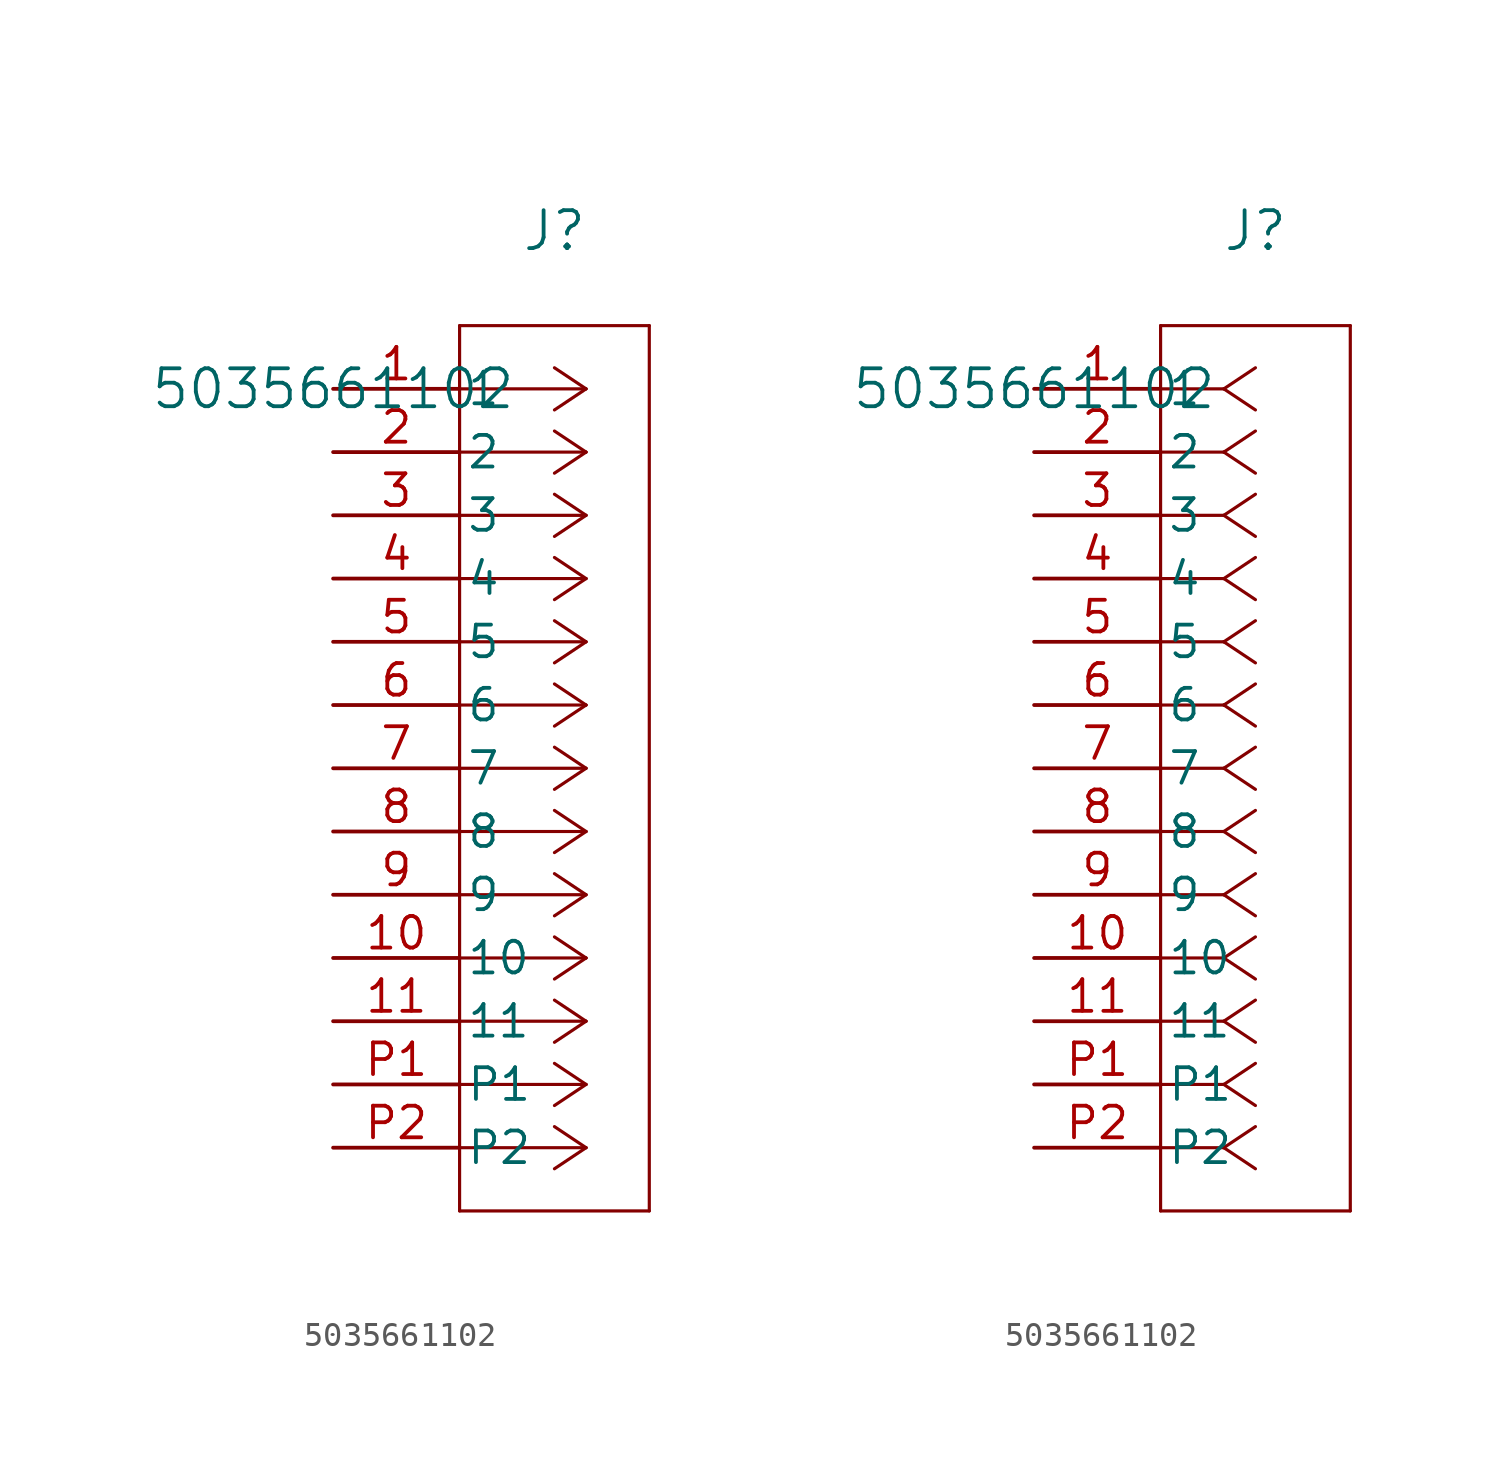
<source format=kicad_sym>
(kicad_symbol_lib
  (version 20211014)
  (generator kicad_symbol_editor)
  (symbol "5035661102"
    (pin_names
      (offset 0.254))
    (property "Reference" "J"
      (at 8.89 6.35 0)
      (effects (font (size 1.524 1.524))))
    (property "Value" "5035661102"
      (at 0 0 0)
      (effects (font (size 1.524 1.524))))
    (symbol "5035661102_1_1"
      (polyline (pts (xy 10.16 0) (xy 5.08 0)) (stroke (width 0.127) (type default) (color 0 0 0 0)) (fill (type none)))
      (polyline (pts (xy 10.16 -2.54) (xy 5.08 -2.54)) (stroke (width 0.127) (type default) (color 0 0 0 0)) (fill (type none)))
      (polyline (pts (xy 10.16 -5.08) (xy 5.08 -5.08)) (stroke (width 0.127) (type default) (color 0 0 0 0)) (fill (type none)))
      (polyline (pts (xy 10.16 -7.62) (xy 5.08 -7.62)) (stroke (width 0.127) (type default) (color 0 0 0 0)) (fill (type none)))
      (polyline (pts (xy 10.16 -10.16) (xy 5.08 -10.16)) (stroke (width 0.127) (type default) (color 0 0 0 0)) (fill (type none)))
      (polyline (pts (xy 10.16 -12.7) (xy 5.08 -12.7)) (stroke (width 0.127) (type default) (color 0 0 0 0)) (fill (type none)))
      (polyline (pts (xy 10.16 -15.24) (xy 5.08 -15.24)) (stroke (width 0.127) (type default) (color 0 0 0 0)) (fill (type none)))
      (polyline (pts (xy 10.16 -17.78) (xy 5.08 -17.78)) (stroke (width 0.127) (type default) (color 0 0 0 0)) (fill (type none)))
      (polyline (pts (xy 10.16 -20.32) (xy 5.08 -20.32)) (stroke (width 0.127) (type default) (color 0 0 0 0)) (fill (type none)))
      (polyline (pts (xy 10.16 -22.86) (xy 5.08 -22.86)) (stroke (width 0.127) (type default) (color 0 0 0 0)) (fill (type none)))
      (polyline (pts (xy 10.16 -25.4) (xy 5.08 -25.4)) (stroke (width 0.127) (type default) (color 0 0 0 0)) (fill (type none)))
      (polyline (pts (xy 10.16 -27.94) (xy 5.08 -27.94)) (stroke (width 0.127) (type default) (color 0 0 0 0)) (fill (type none)))
      (polyline (pts (xy 10.16 -30.48) (xy 5.08 -30.48)) (stroke (width 0.127) (type default) (color 0 0 0 0)) (fill (type none)))
      (polyline (pts (xy 10.16 0) (xy 8.89 0.847)) (stroke (width 0.127) (type default) (color 0 0 0 0)) (fill (type none)))
      (polyline (pts (xy 10.16 -2.54) (xy 8.89 -1.693)) (stroke (width 0.127) (type default) (color 0 0 0 0)) (fill (type none)))
      (polyline (pts (xy 10.16 -5.08) (xy 8.89 -4.233)) (stroke (width 0.127) (type default) (color 0 0 0 0)) (fill (type none)))
      (polyline (pts (xy 10.16 -7.62) (xy 8.89 -6.773)) (stroke (width 0.127) (type default) (color 0 0 0 0)) (fill (type none)))
      (polyline (pts (xy 10.16 -10.16) (xy 8.89 -9.313)) (stroke (width 0.127) (type default) (color 0 0 0 0)) (fill (type none)))
      (polyline (pts (xy 10.16 -12.7) (xy 8.89 -11.853)) (stroke (width 0.127) (type default) (color 0 0 0 0)) (fill (type none)))
      (polyline (pts (xy 10.16 -15.24) (xy 8.89 -14.393)) (stroke (width 0.127) (type default) (color 0 0 0 0)) (fill (type none)))
      (polyline (pts (xy 10.16 -17.78) (xy 8.89 -16.933)) (stroke (width 0.127) (type default) (color 0 0 0 0)) (fill (type none)))
      (polyline (pts (xy 10.16 -20.32) (xy 8.89 -19.473)) (stroke (width 0.127) (type default) (color 0 0 0 0)) (fill (type none)))
      (polyline (pts (xy 10.16 -22.86) (xy 8.89 -22.013)) (stroke (width 0.127) (type default) (color 0 0 0 0)) (fill (type none)))
      (polyline (pts (xy 10.16 -25.4) (xy 8.89 -24.553)) (stroke (width 0.127) (type default) (color 0 0 0 0)) (fill (type none)))
      (polyline (pts (xy 10.16 -27.94) (xy 8.89 -27.093)) (stroke (width 0.127) (type default) (color 0 0 0 0)) (fill (type none)))
      (polyline (pts (xy 10.16 -30.48) (xy 8.89 -29.633)) (stroke (width 0.127) (type default) (color 0 0 0 0)) (fill (type none)))
      (polyline (pts (xy 10.16 0) (xy 8.89 -0.847)) (stroke (width 0.127) (type default) (color 0 0 0 0)) (fill (type none)))
      (polyline (pts (xy 10.16 -2.54) (xy 8.89 -3.387)) (stroke (width 0.127) (type default) (color 0 0 0 0)) (fill (type none)))
      (polyline (pts (xy 10.16 -5.08) (xy 8.89 -5.927)) (stroke (width 0.127) (type default) (color 0 0 0 0)) (fill (type none)))
      (polyline (pts (xy 10.16 -7.62) (xy 8.89 -8.467)) (stroke (width 0.127) (type default) (color 0 0 0 0)) (fill (type none)))
      (polyline (pts (xy 10.16 -10.16) (xy 8.89 -11.007)) (stroke (width 0.127) (type default) (color 0 0 0 0)) (fill (type none)))
      (polyline (pts (xy 10.16 -12.7) (xy 8.89 -13.547)) (stroke (width 0.127) (type default) (color 0 0 0 0)) (fill (type none)))
      (polyline (pts (xy 10.16 -15.24) (xy 8.89 -16.087)) (stroke (width 0.127) (type default) (color 0 0 0 0)) (fill (type none)))
      (polyline (pts (xy 10.16 -17.78) (xy 8.89 -18.627)) (stroke (width 0.127) (type default) (color 0 0 0 0)) (fill (type none)))
      (polyline (pts (xy 10.16 -20.32) (xy 8.89 -21.167)) (stroke (width 0.127) (type default) (color 0 0 0 0)) (fill (type none)))
      (polyline (pts (xy 10.16 -22.86) (xy 8.89 -23.707)) (stroke (width 0.127) (type default) (color 0 0 0 0)) (fill (type none)))
      (polyline (pts (xy 10.16 -25.4) (xy 8.89 -26.247)) (stroke (width 0.127) (type default) (color 0 0 0 0)) (fill (type none)))
      (polyline (pts (xy 10.16 -27.94) (xy 8.89 -28.787)) (stroke (width 0.127) (type default) (color 0 0 0 0)) (fill (type none)))
      (polyline (pts (xy 10.16 -30.48) (xy 8.89 -31.327)) (stroke (width 0.127) (type default) (color 0 0 0 0)) (fill (type none)))
      (polyline (pts (xy 5.08 2.54) (xy 5.08 -33.02)) (stroke (width 0.127) (type default) (color 0 0 0 0)) (fill (type none)))
      (polyline (pts (xy 5.08 -33.02) (xy 12.7 -33.02)) (stroke (width 0.127) (type default) (color 0 0 0 0)) (fill (type none)))
      (polyline (pts (xy 12.7 -33.02) (xy 12.7 2.54)) (stroke (width 0.127) (type default) (color 0 0 0 0)) (fill (type none)))
      (polyline (pts (xy 12.7 2.54) (xy 5.08 2.54)) (stroke (width 0.127) (type default) (color 0 0 0 0)) (fill (type none)))
      (pin unspecified line (at 0 0 0) (length 5.08) (name "1" (effects (font (size 1.27 1.27)))) (number "1" (effects (font (size 1.27 1.27)))))
      (pin unspecified line (at 0 -2.54 0) (length 5.08) (name "2" (effects (font (size 1.27 1.27)))) (number "2" (effects (font (size 1.27 1.27)))))
      (pin unspecified line (at 0 -5.08 0) (length 5.08) (name "3" (effects (font (size 1.27 1.27)))) (number "3" (effects (font (size 1.27 1.27)))))
      (pin unspecified line (at 0 -7.62 0) (length 5.08) (name "4" (effects (font (size 1.27 1.27)))) (number "4" (effects (font (size 1.27 1.27)))))
      (pin unspecified line (at 0 -10.16 0) (length 5.08) (name "5" (effects (font (size 1.27 1.27)))) (number "5" (effects (font (size 1.27 1.27)))))
      (pin unspecified line (at 0 -12.7 0) (length 5.08) (name "6" (effects (font (size 1.27 1.27)))) (number "6" (effects (font (size 1.27 1.27)))))
      (pin unspecified line (at 0 -15.24 0) (length 5.08) (name "7" (effects (font (size 1.27 1.27)))) (number "7" (effects (font (size 1.27 1.27)))))
      (pin unspecified line (at 0 -17.78 0) (length 5.08) (name "8" (effects (font (size 1.27 1.27)))) (number "8" (effects (font (size 1.27 1.27)))))
      (pin unspecified line (at 0 -20.32 0) (length 5.08) (name "9" (effects (font (size 1.27 1.27)))) (number "9" (effects (font (size 1.27 1.27)))))
      (pin unspecified line (at 0 -22.86 0) (length 5.08) (name "10" (effects (font (size 1.27 1.27)))) (number "10" (effects (font (size 1.27 1.27)))))
      (pin unspecified line (at 0 -25.4 0) (length 5.08) (name "11" (effects (font (size 1.27 1.27)))) (number "11" (effects (font (size 1.27 1.27)))))
      (pin unspecified line (at 0 -27.94 0) (length 5.08) (name "P1" (effects (font (size 1.27 1.27)))) (number "P1" (effects (font (size 1.27 1.27)))))
      (pin unspecified line (at 0 -30.48 0) (length 5.08) (name "P2" (effects (font (size 1.27 1.27)))) (number "P2" (effects (font (size 1.27 1.27))))))
    (symbol "5035661102_1_2"
      (polyline (pts (xy 7.62 0) (xy 5.08 0)) (stroke (width 0.127) (type default) (color 0 0 0 0)) (fill (type none)))
      (polyline (pts (xy 7.62 -2.54) (xy 5.08 -2.54)) (stroke (width 0.127) (type default) (color 0 0 0 0)) (fill (type none)))
      (polyline (pts (xy 7.62 -5.08) (xy 5.08 -5.08)) (stroke (width 0.127) (type default) (color 0 0 0 0)) (fill (type none)))
      (polyline (pts (xy 7.62 -7.62) (xy 5.08 -7.62)) (stroke (width 0.127) (type default) (color 0 0 0 0)) (fill (type none)))
      (polyline (pts (xy 7.62 -10.16) (xy 5.08 -10.16)) (stroke (width 0.127) (type default) (color 0 0 0 0)) (fill (type none)))
      (polyline (pts (xy 7.62 -12.7) (xy 5.08 -12.7)) (stroke (width 0.127) (type default) (color 0 0 0 0)) (fill (type none)))
      (polyline (pts (xy 7.62 -15.24) (xy 5.08 -15.24)) (stroke (width 0.127) (type default) (color 0 0 0 0)) (fill (type none)))
      (polyline (pts (xy 7.62 -17.78) (xy 5.08 -17.78)) (stroke (width 0.127) (type default) (color 0 0 0 0)) (fill (type none)))
      (polyline (pts (xy 7.62 -20.32) (xy 5.08 -20.32)) (stroke (width 0.127) (type default) (color 0 0 0 0)) (fill (type none)))
      (polyline (pts (xy 7.62 -22.86) (xy 5.08 -22.86)) (stroke (width 0.127) (type default) (color 0 0 0 0)) (fill (type none)))
      (polyline (pts (xy 7.62 -25.4) (xy 5.08 -25.4)) (stroke (width 0.127) (type default) (color 0 0 0 0)) (fill (type none)))
      (polyline (pts (xy 7.62 -27.94) (xy 5.08 -27.94)) (stroke (width 0.127) (type default) (color 0 0 0 0)) (fill (type none)))
      (polyline (pts (xy 7.62 -30.48) (xy 5.08 -30.48)) (stroke (width 0.127) (type default) (color 0 0 0 0)) (fill (type none)))
      (polyline (pts (xy 7.62 0) (xy 8.89 0.847)) (stroke (width 0.127) (type default) (color 0 0 0 0)) (fill (type none)))
      (polyline (pts (xy 7.62 -2.54) (xy 8.89 -1.693)) (stroke (width 0.127) (type default) (color 0 0 0 0)) (fill (type none)))
      (polyline (pts (xy 7.62 -5.08) (xy 8.89 -4.233)) (stroke (width 0.127) (type default) (color 0 0 0 0)) (fill (type none)))
      (polyline (pts (xy 7.62 -7.62) (xy 8.89 -6.773)) (stroke (width 0.127) (type default) (color 0 0 0 0)) (fill (type none)))
      (polyline (pts (xy 7.62 -10.16) (xy 8.89 -9.313)) (stroke (width 0.127) (type default) (color 0 0 0 0)) (fill (type none)))
      (polyline (pts (xy 7.62 -12.7) (xy 8.89 -11.853)) (stroke (width 0.127) (type default) (color 0 0 0 0)) (fill (type none)))
      (polyline (pts (xy 7.62 -15.24) (xy 8.89 -14.393)) (stroke (width 0.127) (type default) (color 0 0 0 0)) (fill (type none)))
      (polyline (pts (xy 7.62 -17.78) (xy 8.89 -16.933)) (stroke (width 0.127) (type default) (color 0 0 0 0)) (fill (type none)))
      (polyline (pts (xy 7.62 -20.32) (xy 8.89 -19.473)) (stroke (width 0.127) (type default) (color 0 0 0 0)) (fill (type none)))
      (polyline (pts (xy 7.62 -22.86) (xy 8.89 -22.013)) (stroke (width 0.127) (type default) (color 0 0 0 0)) (fill (type none)))
      (polyline (pts (xy 7.62 -25.4) (xy 8.89 -24.553)) (stroke (width 0.127) (type default) (color 0 0 0 0)) (fill (type none)))
      (polyline (pts (xy 7.62 -27.94) (xy 8.89 -27.093)) (stroke (width 0.127) (type default) (color 0 0 0 0)) (fill (type none)))
      (polyline (pts (xy 7.62 -30.48) (xy 8.89 -29.633)) (stroke (width 0.127) (type default) (color 0 0 0 0)) (fill (type none)))
      (polyline (pts (xy 7.62 0) (xy 8.89 -0.847)) (stroke (width 0.127) (type default) (color 0 0 0 0)) (fill (type none)))
      (polyline (pts (xy 7.62 -2.54) (xy 8.89 -3.387)) (stroke (width 0.127) (type default) (color 0 0 0 0)) (fill (type none)))
      (polyline (pts (xy 7.62 -5.08) (xy 8.89 -5.927)) (stroke (width 0.127) (type default) (color 0 0 0 0)) (fill (type none)))
      (polyline (pts (xy 7.62 -7.62) (xy 8.89 -8.467)) (stroke (width 0.127) (type default) (color 0 0 0 0)) (fill (type none)))
      (polyline (pts (xy 7.62 -10.16) (xy 8.89 -11.007)) (stroke (width 0.127) (type default) (color 0 0 0 0)) (fill (type none)))
      (polyline (pts (xy 7.62 -12.7) (xy 8.89 -13.547)) (stroke (width 0.127) (type default) (color 0 0 0 0)) (fill (type none)))
      (polyline (pts (xy 7.62 -15.24) (xy 8.89 -16.087)) (stroke (width 0.127) (type default) (color 0 0 0 0)) (fill (type none)))
      (polyline (pts (xy 7.62 -17.78) (xy 8.89 -18.627)) (stroke (width 0.127) (type default) (color 0 0 0 0)) (fill (type none)))
      (polyline (pts (xy 7.62 -20.32) (xy 8.89 -21.167)) (stroke (width 0.127) (type default) (color 0 0 0 0)) (fill (type none)))
      (polyline (pts (xy 7.62 -22.86) (xy 8.89 -23.707)) (stroke (width 0.127) (type default) (color 0 0 0 0)) (fill (type none)))
      (polyline (pts (xy 7.62 -25.4) (xy 8.89 -26.247)) (stroke (width 0.127) (type default) (color 0 0 0 0)) (fill (type none)))
      (polyline (pts (xy 7.62 -27.94) (xy 8.89 -28.787)) (stroke (width 0.127) (type default) (color 0 0 0 0)) (fill (type none)))
      (polyline (pts (xy 7.62 -30.48) (xy 8.89 -31.327)) (stroke (width 0.127) (type default) (color 0 0 0 0)) (fill (type none)))
      (polyline (pts (xy 5.08 2.54) (xy 5.08 -33.02)) (stroke (width 0.127) (type default) (color 0 0 0 0)) (fill (type none)))
      (polyline (pts (xy 5.08 -33.02) (xy 12.7 -33.02)) (stroke (width 0.127) (type default) (color 0 0 0 0)) (fill (type none)))
      (polyline (pts (xy 12.7 -33.02) (xy 12.7 2.54)) (stroke (width 0.127) (type default) (color 0 0 0 0)) (fill (type none)))
      (polyline (pts (xy 12.7 2.54) (xy 5.08 2.54)) (stroke (width 0.127) (type default) (color 0 0 0 0)) (fill (type none)))
      (pin unspecified line (at 0 0 0) (length 5.08) (name "1" (effects (font (size 1.27 1.27)))) (number "1" (effects (font (size 1.27 1.27)))))
      (pin unspecified line (at 0 -2.54 0) (length 5.08) (name "2" (effects (font (size 1.27 1.27)))) (number "2" (effects (font (size 1.27 1.27)))))
      (pin unspecified line (at 0 -5.08 0) (length 5.08) (name "3" (effects (font (size 1.27 1.27)))) (number "3" (effects (font (size 1.27 1.27)))))
      (pin unspecified line (at 0 -7.62 0) (length 5.08) (name "4" (effects (font (size 1.27 1.27)))) (number "4" (effects (font (size 1.27 1.27)))))
      (pin unspecified line (at 0 -10.16 0) (length 5.08) (name "5" (effects (font (size 1.27 1.27)))) (number "5" (effects (font (size 1.27 1.27)))))
      (pin unspecified line (at 0 -12.7 0) (length 5.08) (name "6" (effects (font (size 1.27 1.27)))) (number "6" (effects (font (size 1.27 1.27)))))
      (pin unspecified line (at 0 -15.24 0) (length 5.08) (name "7" (effects (font (size 1.27 1.27)))) (number "7" (effects (font (size 1.27 1.27)))))
      (pin unspecified line (at 0 -17.78 0) (length 5.08) (name "8" (effects (font (size 1.27 1.27)))) (number "8" (effects (font (size 1.27 1.27)))))
      (pin unspecified line (at 0 -20.32 0) (length 5.08) (name "9" (effects (font (size 1.27 1.27)))) (number "9" (effects (font (size 1.27 1.27)))))
      (pin unspecified line (at 0 -22.86 0) (length 5.08) (name "10" (effects (font (size 1.27 1.27)))) (number "10" (effects (font (size 1.27 1.27)))))
      (pin unspecified line (at 0 -25.4 0) (length 5.08) (name "11" (effects (font (size 1.27 1.27)))) (number "11" (effects (font (size 1.27 1.27)))))
      (pin unspecified line (at 0 -27.94 0) (length 5.08) (name "P1" (effects (font (size 1.27 1.27)))) (number "P1" (effects (font (size 1.27 1.27)))))
      (pin unspecified line (at 0 -30.48 0) (length 5.08) (name "P2" (effects (font (size 1.27 1.27)))) (number "P2" (effects (font (size 1.27 1.27))))))))
</source>
